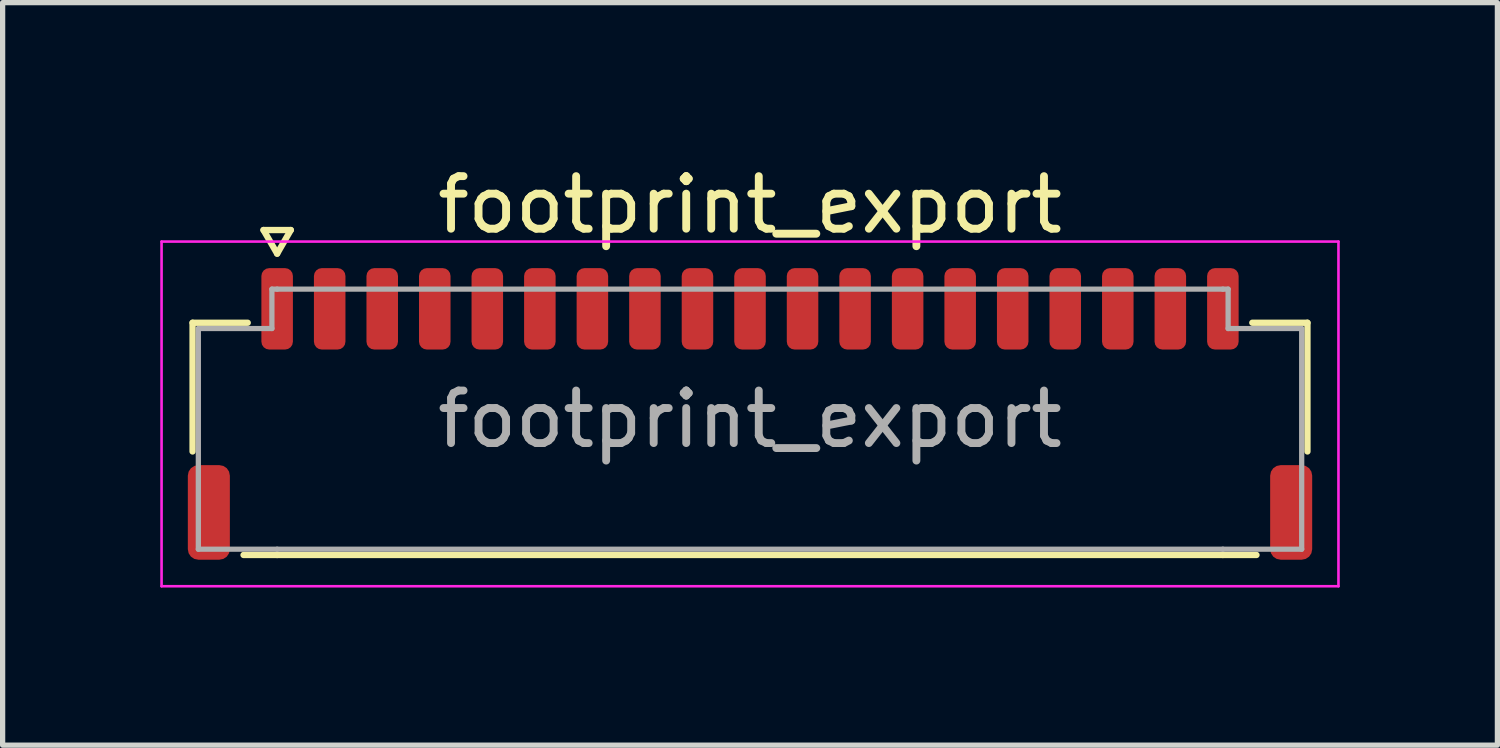
<source format=kicad_pcb>
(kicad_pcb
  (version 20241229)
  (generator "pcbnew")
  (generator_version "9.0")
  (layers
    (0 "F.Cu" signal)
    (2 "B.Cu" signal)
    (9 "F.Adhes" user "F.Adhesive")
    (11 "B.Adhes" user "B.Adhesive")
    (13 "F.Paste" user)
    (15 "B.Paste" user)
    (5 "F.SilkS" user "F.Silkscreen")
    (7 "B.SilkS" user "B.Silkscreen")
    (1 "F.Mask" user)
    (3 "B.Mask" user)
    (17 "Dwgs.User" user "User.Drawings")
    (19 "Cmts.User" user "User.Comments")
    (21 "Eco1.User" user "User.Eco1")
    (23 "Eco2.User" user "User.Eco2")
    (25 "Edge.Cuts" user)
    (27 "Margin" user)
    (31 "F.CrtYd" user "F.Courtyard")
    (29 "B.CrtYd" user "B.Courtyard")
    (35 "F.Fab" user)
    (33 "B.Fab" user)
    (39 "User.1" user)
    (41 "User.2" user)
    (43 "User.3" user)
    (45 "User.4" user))
  (footprint "footprint_export"
    (layer "F.Cu")
    (at 11.225 4.928)
    (property "Reference" "footprint_export" (at 0 -4.08 0) (layer "F.SilkS") (effects (font (size 1 1) (thickness 0.15))))
    (attr smd)
    (fp_line (start -10.61 -1.835) (end -9.56 -1.835) (stroke (width 0.12) (type solid)) (layer "F.SilkS"))
    (fp_line (start -10.61 0.615) (end -10.61 -1.835) (stroke (width 0.12) (type solid)) (layer "F.SilkS"))
    (fp_line (start -9.26 -3.6) (end -9 -3.15) (stroke (width 0.12) (type solid)) (layer "F.SilkS"))
    (fp_line (start -9 -3.15) (end -8.74 -3.6) (stroke (width 0.12) (type solid)) (layer "F.SilkS"))
    (fp_line (start -9 2.585) (end -9.64 2.585) (stroke (width 0.12) (type solid)) (layer "F.SilkS"))
    (fp_line (start -8.74 -3.6) (end -9.26 -3.6) (stroke (width 0.12) (type solid)) (layer "F.SilkS"))
    (fp_line (start 9 2.585) (end -9 2.585) (stroke (width 0.12) (type solid)) (layer "F.SilkS"))
    (fp_line (start 9.56 -1.835) (end 10.61 -1.835) (stroke (width 0.12) (type solid)) (layer "F.SilkS"))
    (fp_line (start 9.64 2.585) (end 9 2.585) (stroke (width 0.12) (type solid)) (layer "F.SilkS"))
    (fp_line (start 10.61 -1.835) (end 10.61 0.615) (stroke (width 0.12) (type solid)) (layer "F.SilkS"))
    (fp_line (start -11.2 -3.38) (end -11.2 3.18) (stroke (width 0.05) (type solid)) (layer "F.CrtYd"))
    (fp_line (start -11.2 3.18) (end 11.2 3.18) (stroke (width 0.05) (type solid)) (layer "F.CrtYd"))
    (fp_line (start 11.2 -3.38) (end -11.2 -3.38) (stroke (width 0.05) (type solid)) (layer "F.CrtYd"))
    (fp_line (start 11.2 3.18) (end 11.2 -3.38) (stroke (width 0.05) (type solid)) (layer "F.CrtYd"))
    (fp_line (start -10.5 -1.725) (end -9.1 -1.725) (stroke (width 0.1) (type solid)) (layer "F.Fab"))
    (fp_line (start -10.5 2.475) (end -10.5 -1.725) (stroke (width 0.1) (type solid)) (layer "F.Fab"))
    (fp_line (start -9.1 -2.475) (end -9 -2.475) (stroke (width 0.1) (type solid)) (layer "F.Fab"))
    (fp_line (start -9.1 -1.725) (end -9.1 -2.475) (stroke (width 0.1) (type solid)) (layer "F.Fab"))
    (fp_line (start -9 -2.475) (end 9 -2.475) (stroke (width 0.1) (type solid)) (layer "F.Fab"))
    (fp_line (start -9 2.475) (end -10.5 2.475) (stroke (width 0.1) (type solid)) (layer "F.Fab"))
    (fp_line (start 9 -2.475) (end 9.1 -2.475) (stroke (width 0.1) (type solid)) (layer "F.Fab"))
    (fp_line (start 9 2.475) (end -9 2.475) (stroke (width 0.1) (type solid)) (layer "F.Fab"))
    (fp_line (start 9.1 -2.475) (end 9.1 -1.725) (stroke (width 0.1) (type solid)) (layer "F.Fab"))
    (fp_line (start 9.1 -1.725) (end 10.5 -1.725) (stroke (width 0.1) (type solid)) (layer "F.Fab"))
    (fp_line (start 10.5 -1.725) (end 10.5 2.475) (stroke (width 0.1) (type solid)) (layer "F.Fab"))
    (fp_line (start 10.5 2.475) (end 9 2.475) (stroke (width 0.1) (type solid)) (layer "F.Fab"))
    (fp_text user "${REFERENCE}" (at 0 0 0) (layer "F.Fab") (effects (font (size 1 1) (thickness 0.15))))
    (pad "1" smd roundrect (at -9 -2.1) (size 0.6 1.55) (layers "F.Cu" "F.Mask" "F.Paste") (roundrect_rratio 0.25))
    (pad "2" smd roundrect (at -8 -2.1) (size 0.6 1.55) (layers "F.Cu" "F.Mask" "F.Paste") (roundrect_rratio 0.25))
    (pad "3" smd roundrect (at -7 -2.1) (size 0.6 1.55) (layers "F.Cu" "F.Mask" "F.Paste") (roundrect_rratio 0.25))
    (pad "4" smd roundrect (at -6 -2.1) (size 0.6 1.55) (layers "F.Cu" "F.Mask" "F.Paste") (roundrect_rratio 0.25))
    (pad "5" smd roundrect (at -5 -2.1) (size 0.6 1.55) (layers "F.Cu" "F.Mask" "F.Paste") (roundrect_rratio 0.25))
    (pad "6" smd roundrect (at -4 -2.1) (size 0.6 1.55) (layers "F.Cu" "F.Mask" "F.Paste") (roundrect_rratio 0.25))
    (pad "7" smd roundrect (at -3 -2.1) (size 0.6 1.55) (layers "F.Cu" "F.Mask" "F.Paste") (roundrect_rratio 0.25))
    (pad "8" smd roundrect (at -2 -2.1) (size 0.6 1.55) (layers "F.Cu" "F.Mask" "F.Paste") (roundrect_rratio 0.25))
    (pad "9" smd roundrect (at -1 -2.1) (size 0.6 1.55) (layers "F.Cu" "F.Mask" "F.Paste") (roundrect_rratio 0.25))
    (pad "10" smd roundrect (at 0 -2.1) (size 0.6 1.55) (layers "F.Cu" "F.Mask" "F.Paste") (roundrect_rratio 0.25))
    (pad "11" smd roundrect (at 1 -2.1) (size 0.6 1.55) (layers "F.Cu" "F.Mask" "F.Paste") (roundrect_rratio 0.25))
    (pad "12" smd roundrect (at 2 -2.1) (size 0.6 1.55) (layers "F.Cu" "F.Mask" "F.Paste") (roundrect_rratio 0.25))
    (pad "13" smd roundrect (at 3 -2.1) (size 0.6 1.55) (layers "F.Cu" "F.Mask" "F.Paste") (roundrect_rratio 0.25))
    (pad "14" smd roundrect (at 4 -2.1) (size 0.6 1.55) (layers "F.Cu" "F.Mask" "F.Paste") (roundrect_rratio 0.25))
    (pad "15" smd roundrect (at 5 -2.1) (size 0.6 1.55) (layers "F.Cu" "F.Mask" "F.Paste") (roundrect_rratio 0.25))
    (pad "16" smd roundrect (at 6 -2.1) (size 0.6 1.55) (layers "F.Cu" "F.Mask" "F.Paste") (roundrect_rratio 0.25))
    (pad "17" smd roundrect (at 7 -2.1) (size 0.6 1.55) (layers "F.Cu" "F.Mask" "F.Paste") (roundrect_rratio 0.25))
    (pad "18" smd roundrect (at 8 -2.1) (size 0.6 1.55) (layers "F.Cu" "F.Mask" "F.Paste") (roundrect_rratio 0.25))
    (pad "19" smd roundrect (at 9 -2.1) (size 0.6 1.55) (layers "F.Cu" "F.Mask" "F.Paste") (roundrect_rratio 0.25))
    (pad "MP" smd roundrect (at -10.3 1.775) (size 0.8 1.8) (layers "F.Cu" "F.Mask" "F.Paste") (roundrect_rratio 0.25))
    (pad "MP" smd roundrect (at 10.3 1.775) (size 0.8 1.8) (layers "F.Cu" "F.Mask" "F.Paste") (roundrect_rratio 0.25)))
  (gr_rect
    (start -3 -3)
    (end 25.45 11.133)
    (stroke (width 0.1) (type default))
    (fill no)
    (layer "Edge.Cuts")))
</source>
